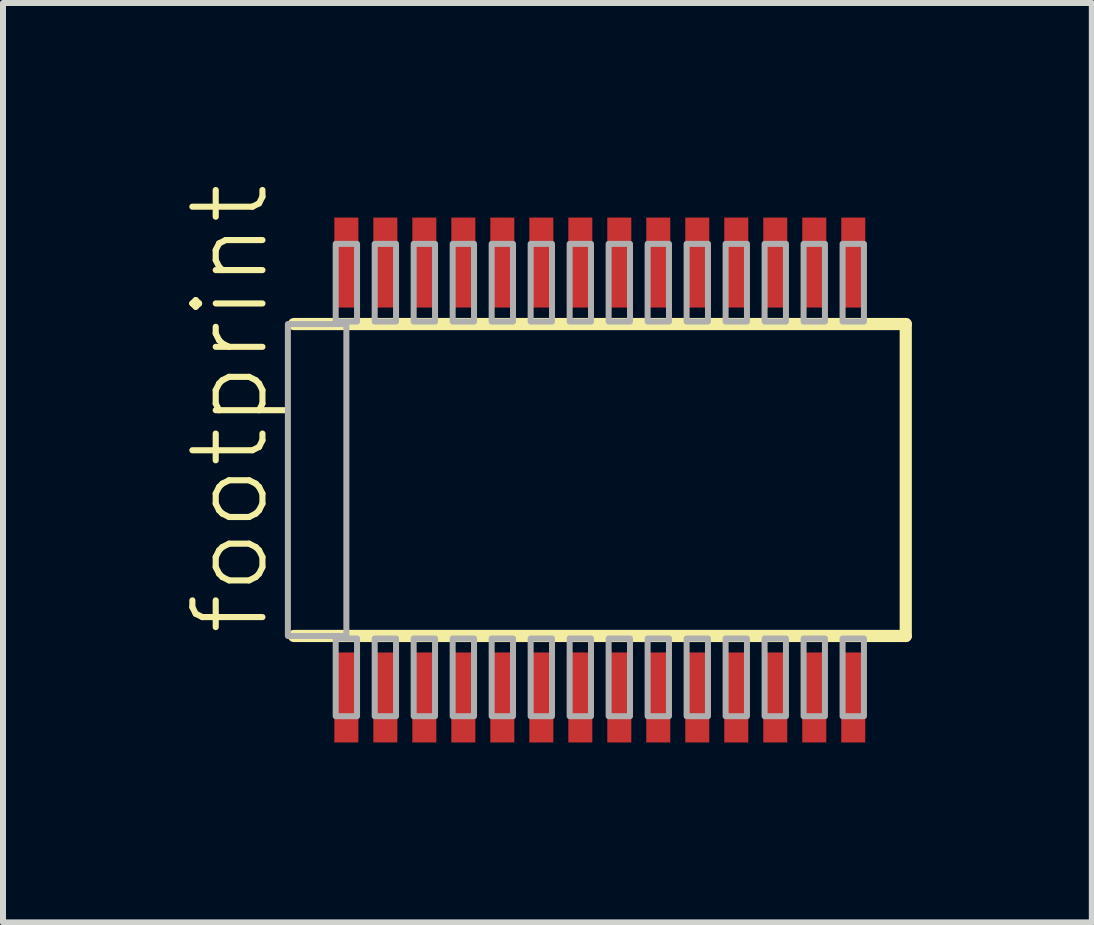
<source format=kicad_pcb>
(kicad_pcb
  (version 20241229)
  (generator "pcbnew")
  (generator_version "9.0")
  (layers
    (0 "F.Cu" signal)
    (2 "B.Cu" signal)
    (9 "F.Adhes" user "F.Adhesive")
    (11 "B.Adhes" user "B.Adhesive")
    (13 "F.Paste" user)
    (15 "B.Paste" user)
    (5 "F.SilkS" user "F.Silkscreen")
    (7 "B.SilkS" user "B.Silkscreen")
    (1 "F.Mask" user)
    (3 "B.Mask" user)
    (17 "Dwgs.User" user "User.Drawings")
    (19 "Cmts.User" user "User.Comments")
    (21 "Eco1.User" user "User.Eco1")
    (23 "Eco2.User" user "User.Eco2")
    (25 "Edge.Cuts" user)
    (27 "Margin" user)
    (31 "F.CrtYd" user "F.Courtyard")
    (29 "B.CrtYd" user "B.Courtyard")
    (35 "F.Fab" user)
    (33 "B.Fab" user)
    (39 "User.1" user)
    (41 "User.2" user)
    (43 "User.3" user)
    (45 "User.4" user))
  (footprint "footprint"
    (layer "F.Cu")
    (at 6.949 4.952)
    (property "Reference" "footprint" (at -5.476 2.63 90) (layer "F.SilkS") (effects (font (size 1.168 1.168) (thickness 0.102)) (justify left bottom)))
    (fp_line (start -5.1 2.6) (end 5.1 2.6) (stroke (width 0.203) (type solid)) (layer "F.SilkS"))
    (fp_line (start 5.1 -2.6) (end -5.1 -2.6) (stroke (width 0.203) (type solid)) (layer "F.SilkS"))
    (fp_line (start 5.1 2.6) (end 5.1 -2.6) (stroke (width 0.203) (type solid)) (layer "F.SilkS"))
    (fp_poly (pts (xy -5.2 2.6) (xy -4.225 2.6) (xy -4.225 -2.6) (xy -5.2 -2.6)) (stroke (width 0.1) (type solid)) (fill no) (layer "F.Fab"))
    (fp_poly (pts (xy -4.403 -2.642) (xy -4.047 -2.642) (xy -4.047 -3.937) (xy -4.403 -3.937)) (stroke (width 0.1) (type solid)) (fill no) (layer "F.Fab"))
    (fp_poly (pts (xy -4.403 3.937) (xy -4.047 3.937) (xy -4.047 2.642) (xy -4.403 2.642)) (stroke (width 0.1) (type solid)) (fill no) (layer "F.Fab"))
    (fp_poly (pts (xy -3.753 -2.642) (xy -3.397 -2.642) (xy -3.397 -3.937) (xy -3.753 -3.937)) (stroke (width 0.1) (type solid)) (fill no) (layer "F.Fab"))
    (fp_poly (pts (xy -3.753 3.937) (xy -3.397 3.937) (xy -3.397 2.642) (xy -3.753 2.642)) (stroke (width 0.1) (type solid)) (fill no) (layer "F.Fab"))
    (fp_poly (pts (xy -3.103 -2.642) (xy -2.747 -2.642) (xy -2.747 -3.937) (xy -3.103 -3.937)) (stroke (width 0.1) (type solid)) (fill no) (layer "F.Fab"))
    (fp_poly (pts (xy -3.103 3.937) (xy -2.747 3.937) (xy -2.747 2.642) (xy -3.103 2.642)) (stroke (width 0.1) (type solid)) (fill no) (layer "F.Fab"))
    (fp_poly (pts (xy -2.453 -2.642) (xy -2.097 -2.642) (xy -2.097 -3.937) (xy -2.453 -3.937)) (stroke (width 0.1) (type solid)) (fill no) (layer "F.Fab"))
    (fp_poly (pts (xy -2.453 3.937) (xy -2.097 3.937) (xy -2.097 2.642) (xy -2.453 2.642)) (stroke (width 0.1) (type solid)) (fill no) (layer "F.Fab"))
    (fp_poly (pts (xy -1.803 -2.642) (xy -1.447 -2.642) (xy -1.447 -3.937) (xy -1.803 -3.937)) (stroke (width 0.1) (type solid)) (fill no) (layer "F.Fab"))
    (fp_poly (pts (xy -1.803 3.937) (xy -1.447 3.937) (xy -1.447 2.642) (xy -1.803 2.642)) (stroke (width 0.1) (type solid)) (fill no) (layer "F.Fab"))
    (fp_poly (pts (xy -1.153 -2.642) (xy -0.797 -2.642) (xy -0.797 -3.937) (xy -1.153 -3.937)) (stroke (width 0.1) (type solid)) (fill no) (layer "F.Fab"))
    (fp_poly (pts (xy -1.153 3.937) (xy -0.797 3.937) (xy -0.797 2.642) (xy -1.153 2.642)) (stroke (width 0.1) (type solid)) (fill no) (layer "F.Fab"))
    (fp_poly (pts (xy -0.503 -2.642) (xy -0.147 -2.642) (xy -0.147 -3.937) (xy -0.503 -3.937)) (stroke (width 0.1) (type solid)) (fill no) (layer "F.Fab"))
    (fp_poly (pts (xy -0.503 3.937) (xy -0.147 3.937) (xy -0.147 2.642) (xy -0.503 2.642)) (stroke (width 0.1) (type solid)) (fill no) (layer "F.Fab"))
    (fp_poly (pts (xy 0.147 -2.642) (xy 0.503 -2.642) (xy 0.503 -3.937) (xy 0.147 -3.937)) (stroke (width 0.1) (type solid)) (fill no) (layer "F.Fab"))
    (fp_poly (pts (xy 0.147 3.937) (xy 0.503 3.937) (xy 0.503 2.642) (xy 0.147 2.642)) (stroke (width 0.1) (type solid)) (fill no) (layer "F.Fab"))
    (fp_poly (pts (xy 0.797 -2.642) (xy 1.153 -2.642) (xy 1.153 -3.937) (xy 0.797 -3.937)) (stroke (width 0.1) (type solid)) (fill no) (layer "F.Fab"))
    (fp_poly (pts (xy 0.797 3.937) (xy 1.153 3.937) (xy 1.153 2.642) (xy 0.797 2.642)) (stroke (width 0.1) (type solid)) (fill no) (layer "F.Fab"))
    (fp_poly (pts (xy 1.447 -2.642) (xy 1.803 -2.642) (xy 1.803 -3.937) (xy 1.447 -3.937)) (stroke (width 0.1) (type solid)) (fill no) (layer "F.Fab"))
    (fp_poly (pts (xy 1.447 3.937) (xy 1.803 3.937) (xy 1.803 2.642) (xy 1.447 2.642)) (stroke (width 0.1) (type solid)) (fill no) (layer "F.Fab"))
    (fp_poly (pts (xy 2.097 -2.642) (xy 2.453 -2.642) (xy 2.453 -3.937) (xy 2.097 -3.937)) (stroke (width 0.1) (type solid)) (fill no) (layer "F.Fab"))
    (fp_poly (pts (xy 2.097 3.937) (xy 2.453 3.937) (xy 2.453 2.642) (xy 2.097 2.642)) (stroke (width 0.1) (type solid)) (fill no) (layer "F.Fab"))
    (fp_poly (pts (xy 2.747 -2.642) (xy 3.103 -2.642) (xy 3.103 -3.937) (xy 2.747 -3.937)) (stroke (width 0.1) (type solid)) (fill no) (layer "F.Fab"))
    (fp_poly (pts (xy 2.747 3.937) (xy 3.103 3.937) (xy 3.103 2.642) (xy 2.747 2.642)) (stroke (width 0.1) (type solid)) (fill no) (layer "F.Fab"))
    (fp_poly (pts (xy 3.397 -2.642) (xy 3.753 -2.642) (xy 3.753 -3.937) (xy 3.397 -3.937)) (stroke (width 0.1) (type solid)) (fill no) (layer "F.Fab"))
    (fp_poly (pts (xy 3.397 3.937) (xy 3.753 3.937) (xy 3.753 2.642) (xy 3.397 2.642)) (stroke (width 0.1) (type solid)) (fill no) (layer "F.Fab"))
    (fp_poly (pts (xy 4.047 -2.642) (xy 4.403 -2.642) (xy 4.403 -3.937) (xy 4.047 -3.937)) (stroke (width 0.1) (type solid)) (fill no) (layer "F.Fab"))
    (fp_poly (pts (xy 4.047 3.937) (xy 4.403 3.937) (xy 4.403 2.642) (xy 4.047 2.642)) (stroke (width 0.1) (type solid)) (fill no) (layer "F.Fab"))
    (pad "1" smd rect (at -4.225 3.625) (size 0.4 1.5) (layers "F.Cu" "F.Mask" "F.Paste"))
    (pad "2" smd rect (at -3.575 3.625) (size 0.4 1.5) (layers "F.Cu" "F.Mask" "F.Paste"))
    (pad "3" smd rect (at -2.925 3.625) (size 0.4 1.5) (layers "F.Cu" "F.Mask" "F.Paste"))
    (pad "4" smd rect (at -2.275 3.625) (size 0.4 1.5) (layers "F.Cu" "F.Mask" "F.Paste"))
    (pad "5" smd rect (at -1.625 3.625) (size 0.4 1.5) (layers "F.Cu" "F.Mask" "F.Paste"))
    (pad "6" smd rect (at -0.975 3.625) (size 0.4 1.5) (layers "F.Cu" "F.Mask" "F.Paste"))
    (pad "7" smd rect (at -0.325 3.625) (size 0.4 1.5) (layers "F.Cu" "F.Mask" "F.Paste"))
    (pad "8" smd rect (at 0.325 3.625) (size 0.4 1.5) (layers "F.Cu" "F.Mask" "F.Paste"))
    (pad "9" smd rect (at 0.975 3.625) (size 0.4 1.5) (layers "F.Cu" "F.Mask" "F.Paste"))
    (pad "10" smd rect (at 1.625 3.625) (size 0.4 1.5) (layers "F.Cu" "F.Mask" "F.Paste"))
    (pad "11" smd rect (at 2.275 3.625) (size 0.4 1.5) (layers "F.Cu" "F.Mask" "F.Paste"))
    (pad "12" smd rect (at 2.925 3.625) (size 0.4 1.5) (layers "F.Cu" "F.Mask" "F.Paste"))
    (pad "13" smd rect (at 3.575 3.625) (size 0.4 1.5) (layers "F.Cu" "F.Mask" "F.Paste"))
    (pad "14" smd rect (at 4.225 3.625) (size 0.4 1.5) (layers "F.Cu" "F.Mask" "F.Paste"))
    (pad "15" smd rect (at 4.225 -3.625) (size 0.4 1.5) (layers "F.Cu" "F.Mask" "F.Paste"))
    (pad "16" smd rect (at 3.575 -3.625) (size 0.4 1.5) (layers "F.Cu" "F.Mask" "F.Paste"))
    (pad "17" smd rect (at 2.925 -3.625) (size 0.4 1.5) (layers "F.Cu" "F.Mask" "F.Paste"))
    (pad "18" smd rect (at 2.275 -3.625) (size 0.4 1.5) (layers "F.Cu" "F.Mask" "F.Paste"))
    (pad "19" smd rect (at 1.625 -3.625) (size 0.4 1.5) (layers "F.Cu" "F.Mask" "F.Paste"))
    (pad "20" smd rect (at 0.975 -3.625) (size 0.4 1.5) (layers "F.Cu" "F.Mask" "F.Paste"))
    (pad "21" smd rect (at 0.325 -3.625) (size 0.4 1.5) (layers "F.Cu" "F.Mask" "F.Paste"))
    (pad "22" smd rect (at -0.325 -3.625) (size 0.4 1.5) (layers "F.Cu" "F.Mask" "F.Paste"))
    (pad "23" smd rect (at -0.975 -3.625) (size 0.4 1.5) (layers "F.Cu" "F.Mask" "F.Paste"))
    (pad "24" smd rect (at -1.625 -3.625) (size 0.4 1.5) (layers "F.Cu" "F.Mask" "F.Paste"))
    (pad "25" smd rect (at -2.275 -3.625) (size 0.4 1.5) (layers "F.Cu" "F.Mask" "F.Paste"))
    (pad "26" smd rect (at -2.925 -3.625) (size 0.4 1.5) (layers "F.Cu" "F.Mask" "F.Paste"))
    (pad "27" smd rect (at -3.575 -3.625) (size 0.4 1.5) (layers "F.Cu" "F.Mask" "F.Paste"))
    (pad "28" smd rect (at -4.225 -3.625) (size 0.4 1.5) (layers "F.Cu" "F.Mask" "F.Paste")))
  (gr_rect
    (start -3 -3)
    (end 15.151 12.327)
    (stroke (width 0.1) (type default))
    (fill no)
    (layer "Edge.Cuts")))
</source>
